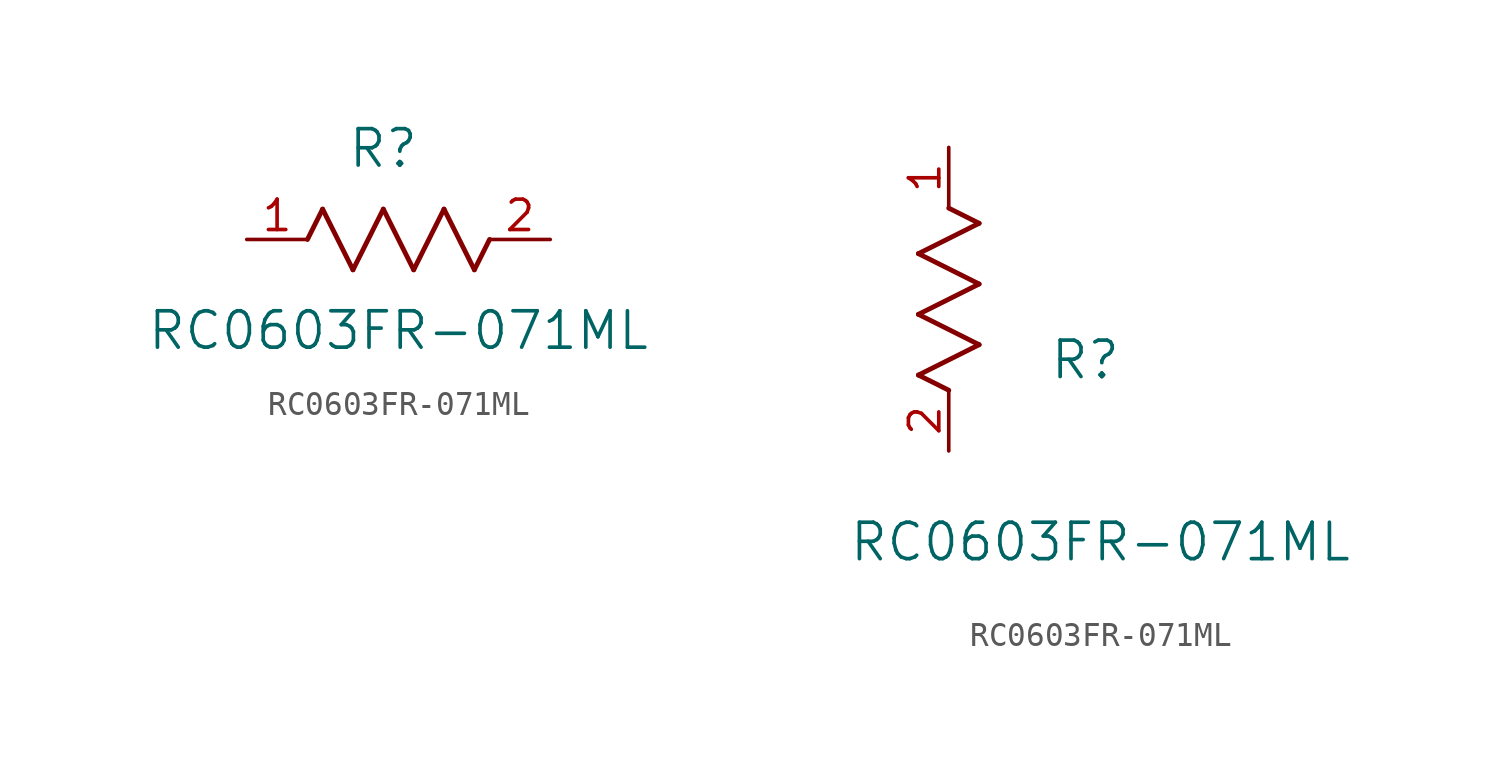
<source format=kicad_sym>
(kicad_symbol_lib
  (version 20211014)
  (generator kicad_symbol_editor)
  (symbol "RC0603FR-071ML"
    (pin_names
      (offset 0.254))
    (property "Reference" "R"
      (at 5.715 3.81 0)
      (effects (font (size 1.524 1.524))))
    (property "Value" "RC0603FR-071ML"
      (at 6.35 -3.81 0)
      (effects (font (size 1.524 1.524))))
    (symbol "RC0603FR-071ML_1_1"
      (polyline (pts (xy 3.175 1.27) (xy 4.445 -1.27)) (stroke (width 0.203) (type default) (color 0 0 0 0)) (fill (type none)))
      (polyline (pts (xy 4.445 -1.27) (xy 5.715 1.27)) (stroke (width 0.203) (type default) (color 0 0 0 0)) (fill (type none)))
      (polyline (pts (xy 5.715 1.27) (xy 6.985 -1.27)) (stroke (width 0.203) (type default) (color 0 0 0 0)) (fill (type none)))
      (polyline (pts (xy 6.985 -1.27) (xy 8.255 1.27)) (stroke (width 0.203) (type default) (color 0 0 0 0)) (fill (type none)))
      (polyline (pts (xy 8.255 1.27) (xy 9.525 -1.27)) (stroke (width 0.203) (type default) (color 0 0 0 0)) (fill (type none)))
      (polyline (pts (xy 2.54 0) (xy 3.175 1.27)) (stroke (width 0.203) (type default) (color 0 0 0 0)) (fill (type none)))
      (polyline (pts (xy 9.525 -1.27) (xy 10.16 0)) (stroke (width 0.203) (type default) (color 0 0 0 0)) (fill (type none)))
      (pin unspecified line (at 0 0 0) (length 2.54) (name "" (effects (font (size 1.27 1.27)))) (number "1" (effects (font (size 1.27 1.27)))))
      (pin unspecified line (at 12.7 0 180) (length 2.54) (name "" (effects (font (size 1.27 1.27)))) (number "2" (effects (font (size 1.27 1.27))))))
    (symbol "RC0603FR-071ML_1_2"
      (polyline (pts (xy 0 2.54) (xy -1.27 3.175)) (stroke (width 0.203) (type default) (color 0 0 0 0)) (fill (type none)))
      (polyline (pts (xy -1.27 3.175) (xy 1.27 4.445)) (stroke (width 0.203) (type default) (color 0 0 0 0)) (fill (type none)))
      (polyline (pts (xy 1.27 4.445) (xy -1.27 5.715)) (stroke (width 0.203) (type default) (color 0 0 0 0)) (fill (type none)))
      (polyline (pts (xy -1.27 5.715) (xy 1.27 6.985)) (stroke (width 0.203) (type default) (color 0 0 0 0)) (fill (type none)))
      (polyline (pts (xy -1.27 8.255) (xy 1.27 9.525)) (stroke (width 0.203) (type default) (color 0 0 0 0)) (fill (type none)))
      (polyline (pts (xy 1.27 9.525) (xy 0 10.16)) (stroke (width 0.203) (type default) (color 0 0 0 0)) (fill (type none)))
      (polyline (pts (xy 1.27 6.985) (xy -1.27 8.255)) (stroke (width 0.203) (type default) (color 0 0 0 0)) (fill (type none)))
      (pin unspecified line (at 0 12.7 270) (length 2.54) (name "" (effects (font (size 1.27 1.27)))) (number "1" (effects (font (size 1.27 1.27)))))
      (pin unspecified line (at 0 0 90) (length 2.54) (name "" (effects (font (size 1.27 1.27)))) (number "2" (effects (font (size 1.27 1.27))))))))
</source>
